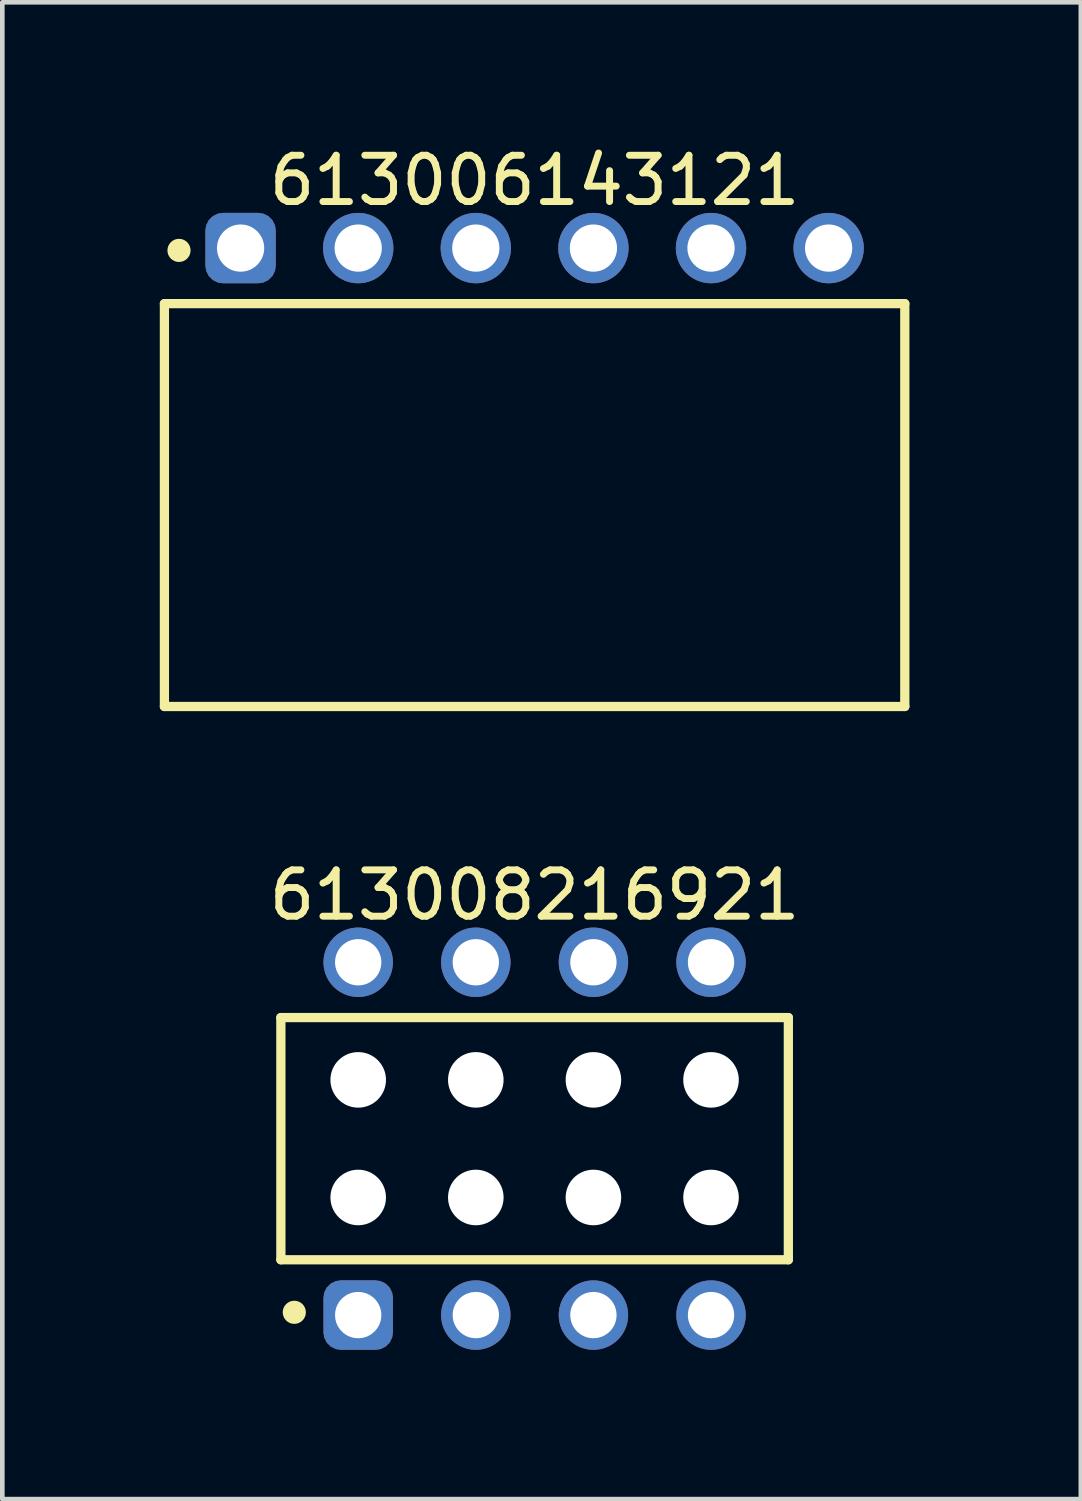
<source format=kicad_pcb>
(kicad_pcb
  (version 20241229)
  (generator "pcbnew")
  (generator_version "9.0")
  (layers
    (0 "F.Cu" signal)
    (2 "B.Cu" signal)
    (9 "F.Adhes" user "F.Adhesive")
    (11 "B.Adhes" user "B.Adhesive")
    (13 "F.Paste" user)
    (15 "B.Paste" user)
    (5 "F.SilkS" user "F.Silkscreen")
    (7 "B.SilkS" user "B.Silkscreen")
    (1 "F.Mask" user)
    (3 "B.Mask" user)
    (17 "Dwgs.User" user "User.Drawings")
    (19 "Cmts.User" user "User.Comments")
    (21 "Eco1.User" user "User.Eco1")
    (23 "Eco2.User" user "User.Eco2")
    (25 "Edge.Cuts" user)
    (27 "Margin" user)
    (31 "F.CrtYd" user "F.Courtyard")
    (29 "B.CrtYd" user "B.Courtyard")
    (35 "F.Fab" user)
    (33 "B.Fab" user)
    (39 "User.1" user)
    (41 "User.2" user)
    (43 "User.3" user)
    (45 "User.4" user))
  (footprint "613006143121"
    (layer "F.Cu")
    (at 8.496 7.858)
    (property "Reference" "613006143121" (at 0 -7.01 0) (layer "F.SilkS") (effects (font (size 1 1) (thickness 0.15))))
    (fp_line (start -7.995 -4.35) (end 7.995 -4.35) (stroke (width 0.2) (type solid)) (layer "F.SilkS"))
    (fp_line (start -7.995 4.35) (end -7.995 -4.35) (stroke (width 0.2) (type solid)) (layer "F.SilkS"))
    (fp_line (start -7.995 4.35) (end 7.995 4.35) (stroke (width 0.2) (type solid)) (layer "F.SilkS"))
    (fp_line (start 7.995 4.35) (end 7.995 -4.35) (stroke (width 0.2) (type solid)) (layer "F.SilkS"))
    (fp_circle (center -7.68 -5.5) (end -7.68 -5.625) (stroke (width 0.25) (type solid)) (fill no) (layer "F.SilkS"))
    (fp_line (start -8.195 -6.51) (end 8.195 -6.51) (stroke (width 0.05) (type solid)) (layer "Eco2.User"))
    (fp_line (start -8.195 4.55) (end -8.195 -6.51) (stroke (width 0.05) (type solid)) (layer "Eco2.User"))
    (fp_line (start -8.195 4.55) (end 8.195 4.55) (stroke (width 0.05) (type solid)) (layer "Eco2.User"))
    (fp_line (start -7.87 -4.25) (end 7.87 -4.25) (stroke (width 0.1) (type solid)) (layer "Eco2.User"))
    (fp_line (start -7.87 4.25) (end -7.87 -4.25) (stroke (width 0.1) (type solid)) (layer "Eco2.User"))
    (fp_line (start -7.87 4.25) (end 7.87 4.25) (stroke (width 0.1) (type solid)) (layer "Eco2.User"))
    (fp_line (start -6.72 -5.75) (end -5.98 -5.75) (stroke (width 0.1) (type solid)) (layer "Eco2.User"))
    (fp_line (start -6.72 -4.25) (end -6.72 -5.75) (stroke (width 0.1) (type solid)) (layer "Eco2.User"))
    (fp_line (start -5.98 -4.25) (end -5.98 -5.75) (stroke (width 0.1) (type solid)) (layer "Eco2.User"))
    (fp_line (start -4.18 -5.75) (end -3.44 -5.75) (stroke (width 0.1) (type solid)) (layer "Eco2.User"))
    (fp_line (start -4.18 -4.25) (end -4.18 -5.75) (stroke (width 0.1) (type solid)) (layer "Eco2.User"))
    (fp_line (start -3.44 -4.25) (end -3.44 -5.75) (stroke (width 0.1) (type solid)) (layer "Eco2.User"))
    (fp_line (start -1.64 -5.75) (end -0.9 -5.75) (stroke (width 0.1) (type solid)) (layer "Eco2.User"))
    (fp_line (start -1.64 -4.25) (end -1.64 -5.75) (stroke (width 0.1) (type solid)) (layer "Eco2.User"))
    (fp_line (start -0.9 -4.25) (end -0.9 -5.75) (stroke (width 0.1) (type solid)) (layer "Eco2.User"))
    (fp_line (start -0.5 0) (end 0.5 0) (stroke (width 0.05) (type solid)) (layer "Eco2.User"))
    (fp_line (start 0 0.5) (end 0 -0.5) (stroke (width 0.05) (type solid)) (layer "Eco2.User"))
    (fp_line (start 0.9 -5.75) (end 1.64 -5.75) (stroke (width 0.1) (type solid)) (layer "Eco2.User"))
    (fp_line (start 0.9 -4.25) (end 0.9 -5.75) (stroke (width 0.1) (type solid)) (layer "Eco2.User"))
    (fp_line (start 1.64 -4.25) (end 1.64 -5.75) (stroke (width 0.1) (type solid)) (layer "Eco2.User"))
    (fp_line (start 3.44 -5.75) (end 4.18 -5.75) (stroke (width 0.1) (type solid)) (layer "Eco2.User"))
    (fp_line (start 3.44 -4.25) (end 3.44 -5.75) (stroke (width 0.1) (type solid)) (layer "Eco2.User"))
    (fp_line (start 4.18 -4.25) (end 4.18 -5.75) (stroke (width 0.1) (type solid)) (layer "Eco2.User"))
    (fp_line (start 5.98 -5.75) (end 6.72 -5.75) (stroke (width 0.1) (type solid)) (layer "Eco2.User"))
    (fp_line (start 5.98 -4.25) (end 5.98 -5.75) (stroke (width 0.1) (type solid)) (layer "Eco2.User"))
    (fp_line (start 6.72 -4.25) (end 6.72 -5.75) (stroke (width 0.1) (type solid)) (layer "Eco2.User"))
    (fp_line (start 7.87 4.25) (end 7.87 -4.25) (stroke (width 0.1) (type solid)) (layer "Eco2.User"))
    (fp_line (start 8.195 4.55) (end 8.195 -6.51) (stroke (width 0.05) (type solid)) (layer "Eco2.User"))
    (fp_text user "${REFERENCE}" (at 0.15 -0.197 0) (unlocked yes) (layer "User.3") (effects (font (size 1.5 1.5) (thickness 0.15))))
    (pad "1" thru_hole roundrect (at -6.35 -5.55) (size 1.52 1.52) (drill 1.02) (layers "*.Cu" "*.Mask") (roundrect_rratio 0.25))
    (pad "2" thru_hole circle (at -3.81 -5.55) (size 1.52 1.52) (drill 1.02) (layers "*.Cu" "*.Mask"))
    (pad "3" thru_hole circle (at -1.27 -5.55) (size 1.52 1.52) (drill 1.02) (layers "*.Cu" "*.Mask"))
    (pad "4" thru_hole circle (at 1.27 -5.55) (size 1.52 1.52) (drill 1.02) (layers "*.Cu" "*.Mask"))
    (pad "5" thru_hole circle (at 3.81 -5.55) (size 1.52 1.52) (drill 1.02) (layers "*.Cu" "*.Mask"))
    (pad "6" thru_hole circle (at 6.35 -5.55) (size 1.52 1.52) (drill 1.02) (layers "*.Cu" "*.Mask")))
  (footprint "613008216921"
    (layer "F.Cu")
    (at 8.496 21.542)
    (property "Reference" "613008216921" (at 0 -5.26 0) (layer "F.SilkS") (effects (font (size 1 1) (thickness 0.15))))
    (fp_line (start -5.48 -2.615) (end 5.48 -2.615) (stroke (width 0.2) (type solid)) (layer "F.SilkS"))
    (fp_line (start -5.48 2.615) (end -5.48 -2.615) (stroke (width 0.2) (type solid)) (layer "F.SilkS"))
    (fp_line (start -5.48 2.615) (end 5.48 2.615) (stroke (width 0.2) (type solid)) (layer "F.SilkS"))
    (fp_line (start 5.48 2.615) (end 5.48 -2.615) (stroke (width 0.2) (type solid)) (layer "F.SilkS"))
    (fp_circle (center -5.19 3.75) (end -5.19 3.625) (stroke (width 0.25) (type solid)) (fill no) (layer "F.SilkS"))
    (fp_line (start -5.68 -4.76) (end 5.68 -4.76) (stroke (width 0.05) (type solid)) (layer "Eco2.User"))
    (fp_line (start -5.68 4.76) (end -5.68 -4.76) (stroke (width 0.05) (type solid)) (layer "Eco2.User"))
    (fp_line (start -5.68 4.76) (end 5.68 4.76) (stroke (width 0.05) (type solid)) (layer "Eco2.User"))
    (fp_line (start -5.33 -2.54) (end 5.33 -2.54) (stroke (width 0.1) (type solid)) (layer "Eco2.User"))
    (fp_line (start -5.33 2.54) (end -5.33 -2.54) (stroke (width 0.1) (type solid)) (layer "Eco2.User"))
    (fp_line (start -5.33 2.54) (end 5.33 2.54) (stroke (width 0.1) (type solid)) (layer "Eco2.User"))
    (fp_line (start -4.21 -3.935) (end -3.41 -3.935) (stroke (width 0.1) (type solid)) (layer "Eco2.User"))
    (fp_line (start -4.21 -2.54) (end -4.21 -3.935) (stroke (width 0.1) (type solid)) (layer "Eco2.User"))
    (fp_line (start -4.21 3.935) (end -4.21 2.54) (stroke (width 0.1) (type solid)) (layer "Eco2.User"))
    (fp_line (start -4.21 3.935) (end -3.41 3.935) (stroke (width 0.1) (type solid)) (layer "Eco2.User"))
    (fp_line (start -3.41 -2.54) (end -3.41 -3.935) (stroke (width 0.1) (type solid)) (layer "Eco2.User"))
    (fp_line (start -3.41 3.935) (end -3.41 2.54) (stroke (width 0.1) (type solid)) (layer "Eco2.User"))
    (fp_line (start -1.67 -3.935) (end -0.87 -3.935) (stroke (width 0.1) (type solid)) (layer "Eco2.User"))
    (fp_line (start -1.67 -2.54) (end -1.67 -3.935) (stroke (width 0.1) (type solid)) (layer "Eco2.User"))
    (fp_line (start -1.67 3.935) (end -1.67 2.54) (stroke (width 0.1) (type solid)) (layer "Eco2.User"))
    (fp_line (start -1.67 3.935) (end -0.87 3.935) (stroke (width 0.1) (type solid)) (layer "Eco2.User"))
    (fp_line (start -0.87 -2.54) (end -0.87 -3.935) (stroke (width 0.1) (type solid)) (layer "Eco2.User"))
    (fp_line (start -0.87 3.935) (end -0.87 2.54) (stroke (width 0.1) (type solid)) (layer "Eco2.User"))
    (fp_line (start -0.5 0) (end 0.5 0) (stroke (width 0.05) (type solid)) (layer "Eco2.User"))
    (fp_line (start 0 0.5) (end 0 -0.5) (stroke (width 0.05) (type solid)) (layer "Eco2.User"))
    (fp_line (start 0.87 -3.935) (end 1.67 -3.935) (stroke (width 0.1) (type solid)) (layer "Eco2.User"))
    (fp_line (start 0.87 -2.54) (end 0.87 -3.935) (stroke (width 0.1) (type solid)) (layer "Eco2.User"))
    (fp_line (start 0.87 3.935) (end 0.87 2.54) (stroke (width 0.1) (type solid)) (layer "Eco2.User"))
    (fp_line (start 0.87 3.935) (end 1.67 3.935) (stroke (width 0.1) (type solid)) (layer "Eco2.User"))
    (fp_line (start 1.67 -2.54) (end 1.67 -3.935) (stroke (width 0.1) (type solid)) (layer "Eco2.User"))
    (fp_line (start 1.67 3.935) (end 1.67 2.54) (stroke (width 0.1) (type solid)) (layer "Eco2.User"))
    (fp_line (start 3.41 -3.935) (end 4.21 -3.935) (stroke (width 0.1) (type solid)) (layer "Eco2.User"))
    (fp_line (start 3.41 -2.54) (end 3.41 -3.935) (stroke (width 0.1) (type solid)) (layer "Eco2.User"))
    (fp_line (start 3.41 3.935) (end 3.41 2.54) (stroke (width 0.1) (type solid)) (layer "Eco2.User"))
    (fp_line (start 3.41 3.935) (end 4.21 3.935) (stroke (width 0.1) (type solid)) (layer "Eco2.User"))
    (fp_line (start 4.21 -2.54) (end 4.21 -3.935) (stroke (width 0.1) (type solid)) (layer "Eco2.User"))
    (fp_line (start 4.21 3.935) (end 4.21 2.54) (stroke (width 0.1) (type solid)) (layer "Eco2.User"))
    (fp_line (start 5.33 2.54) (end 5.33 -2.54) (stroke (width 0.1) (type solid)) (layer "Eco2.User"))
    (fp_line (start 5.68 4.76) (end 5.68 -4.76) (stroke (width 0.05) (type solid)) (layer "Eco2.User"))
    (fp_text user "${REFERENCE}" (at 0.15 -0.197 0) (unlocked yes) (layer "User.3") (effects (font (size 1.5 1.5) (thickness 0.15))))
    (pad "" np_thru_hole circle (at -3.81 -1.27) (size 1.2 1.2) (drill 1.2) (layers "*.Cu" "*.Mask"))
    (pad "" np_thru_hole circle (at -3.81 1.27) (size 1.2 1.2) (drill 1.2) (layers "*.Cu" "*.Mask"))
    (pad "" np_thru_hole circle (at -1.27 -1.27) (size 1.2 1.2) (drill 1.2) (layers "*.Cu" "*.Mask"))
    (pad "" np_thru_hole circle (at -1.27 1.27) (size 1.2 1.2) (drill 1.2) (layers "*.Cu" "*.Mask"))
    (pad "" np_thru_hole circle (at 1.27 -1.27) (size 1.2 1.2) (drill 1.2) (layers "*.Cu" "*.Mask"))
    (pad "" np_thru_hole circle (at 1.27 1.27) (size 1.2 1.2) (drill 1.2) (layers "*.Cu" "*.Mask"))
    (pad "" np_thru_hole circle (at 3.81 -1.27) (size 1.2 1.2) (drill 1.2) (layers "*.Cu" "*.Mask"))
    (pad "" np_thru_hole circle (at 3.81 1.27) (size 1.2 1.2) (drill 1.2) (layers "*.Cu" "*.Mask"))
    (pad "1" thru_hole roundrect (at -3.81 3.81) (size 1.5 1.5) (drill 1) (layers "*.Cu" "*.Mask") (roundrect_rratio 0.25))
    (pad "2" thru_hole circle (at -3.81 -3.81) (size 1.5 1.5) (drill 1) (layers "*.Cu" "*.Mask"))
    (pad "3" thru_hole circle (at -1.27 3.81) (size 1.5 1.5) (drill 1) (layers "*.Cu" "*.Mask"))
    (pad "4" thru_hole circle (at -1.27 -3.81) (size 1.5 1.5) (drill 1) (layers "*.Cu" "*.Mask"))
    (pad "5" thru_hole circle (at 1.27 3.81) (size 1.5 1.5) (drill 1) (layers "*.Cu" "*.Mask"))
    (pad "6" thru_hole circle (at 1.27 -3.81) (size 1.5 1.5) (drill 1) (layers "*.Cu" "*.Mask"))
    (pad "7" thru_hole circle (at 3.81 3.81) (size 1.5 1.5) (drill 1) (layers "*.Cu" "*.Mask"))
    (pad "8" thru_hole circle (at 3.81 -3.81) (size 1.5 1.5) (drill 1) (layers "*.Cu" "*.Mask")))
  (gr_rect
    (start -3 -3)
    (end 20.293 29.327)
    (stroke (width 0.1) (type default))
    (fill no)
    (layer "Edge.Cuts")))
</source>
